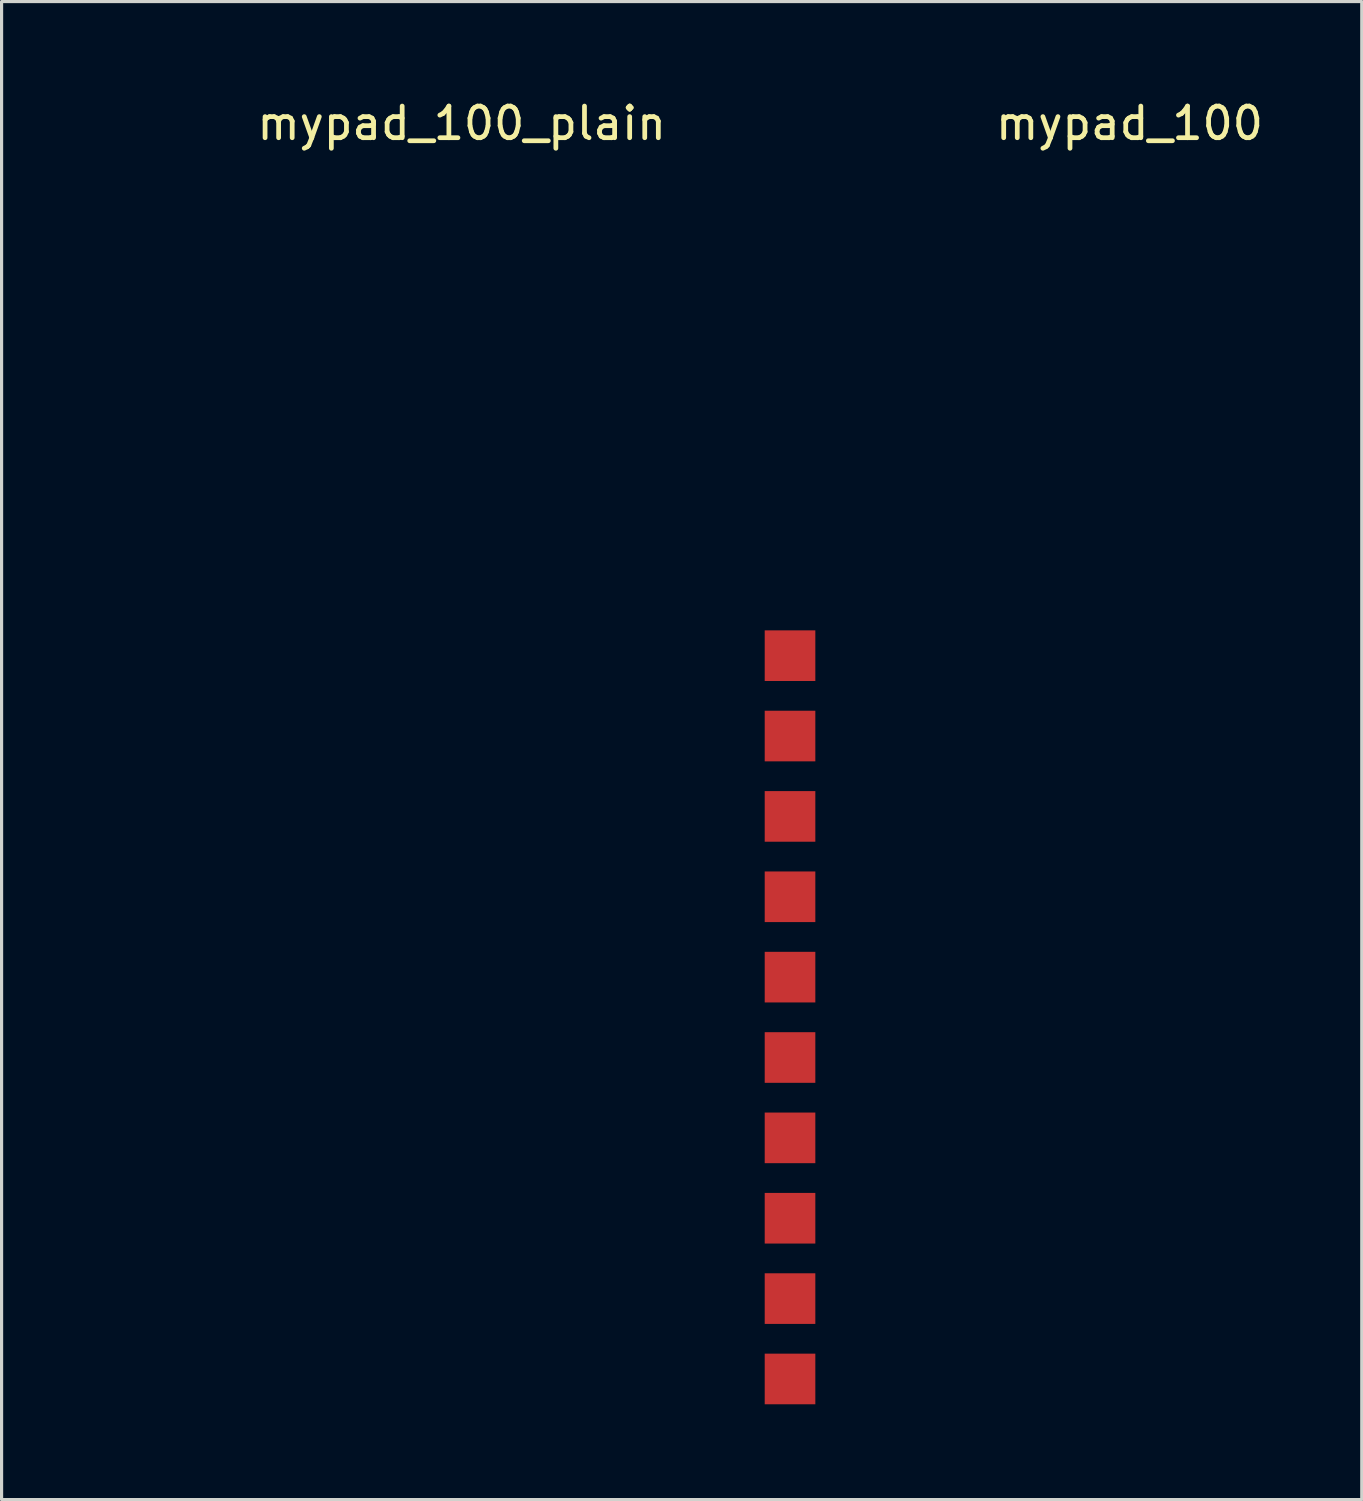
<source format=kicad_pcb>
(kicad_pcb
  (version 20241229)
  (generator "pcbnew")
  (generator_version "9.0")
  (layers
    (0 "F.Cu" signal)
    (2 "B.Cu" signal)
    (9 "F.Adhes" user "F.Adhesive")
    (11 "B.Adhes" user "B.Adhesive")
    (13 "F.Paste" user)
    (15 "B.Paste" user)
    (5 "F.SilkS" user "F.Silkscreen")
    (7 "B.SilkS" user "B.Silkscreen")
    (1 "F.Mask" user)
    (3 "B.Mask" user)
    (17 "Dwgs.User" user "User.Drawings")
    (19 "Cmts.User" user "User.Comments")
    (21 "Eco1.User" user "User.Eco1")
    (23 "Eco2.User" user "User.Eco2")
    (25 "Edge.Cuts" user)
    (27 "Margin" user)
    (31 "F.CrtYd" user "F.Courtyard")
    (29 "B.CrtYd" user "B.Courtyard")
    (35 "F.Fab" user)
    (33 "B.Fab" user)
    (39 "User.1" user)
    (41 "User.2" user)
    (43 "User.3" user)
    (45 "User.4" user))
  (footprint "mypad_100_plain"
    (layer "F.Cu")
    (at 0.812 17.673)
    (property "Reference" "mypad_100_plain" (at 10.73 -16.825 0) (layer "F.SilkS") (effects (font (size 1 1) (thickness 0.15))))
    (attr smd)
    (fp_rect (start -0.762 -0.762) (end 0.762 0.762) (stroke (width 0.1) (type solid)) (fill no) (layer "User.4"))
    (fp_rect (start -0.724 6.896) (end 0.8 8.42) (stroke (width 0.1) (type solid)) (fill no) (layer "User.4"))
    (fp_rect (start -0.724 11.976) (end 0.8 13.5) (stroke (width 0.1) (type solid)) (fill no) (layer "User.4"))
    (fp_rect (start -0.724 14.478) (end 0.8 16.002) (stroke (width 0.1) (type solid)) (fill no) (layer "User.4"))
    (fp_rect (start -0.724 22.098) (end 0.8 23.622) (stroke (width 0.1) (type solid)) (fill no) (layer "User.4"))
    (fp_rect (start -0.724 1.816) (end 0.8 3.34) (stroke (width 0.1) (type solid)) (fill no) (layer "User.4"))
    (fp_rect (start -0.724 4.356) (end 0.8 5.88) (stroke (width 0.1) (type solid)) (fill no) (layer "User.4"))
    (fp_rect (start -0.724 9.436) (end 0.8 10.96) (stroke (width 0.1) (type solid)) (fill no) (layer "User.4"))
    (fp_rect (start -0.724 17.056) (end 0.8 18.58) (stroke (width 0.1) (type solid)) (fill no) (layer "User.4"))
    (fp_rect (start -0.724 19.558) (end 0.8 21.082) (stroke (width 0.1) (type solid)) (fill no) (layer "User.4")))
  (footprint "mypad_100"
    (layer "F.Cu")
    (at 21.919 17.673)
    (property "Reference" "mypad_100" (at 10.73 -16.825 0) (layer "F.SilkS") (effects (font (size 1 1) (thickness 0.15))))
    (attr smd)
    (pad "1" smd rect (at 0 0.000001) (size 1.6 1.6) (layers "F.Cu" "F.Mask" "F.Paste"))
    (pad "2" smd rect (at 0.000001 2.54) (size 1.6 1.6) (layers "F.Cu" "F.Mask" "F.Paste"))
    (pad "3" smd rect (at 0.000001 5.08) (size 1.6 1.6) (layers "F.Cu" "F.Mask" "F.Paste"))
    (pad "4" smd rect (at -0.000002 7.62) (size 1.6 1.6) (layers "F.Cu" "F.Mask" "F.Paste"))
    (pad "5" smd rect (at 0.000001 10.16) (size 1.6 1.6) (layers "F.Cu" "F.Mask" "F.Paste"))
    (pad "6" smd rect (at -0.000001 12.7) (size 1.6 1.6) (layers "F.Cu" "F.Mask" "F.Paste"))
    (pad "7" smd rect (at -0.000001 15.24) (size 1.6 1.6) (layers "F.Cu" "F.Mask" "F.Paste"))
    (pad "8" smd rect (at 0.000001 17.78) (size 1.6 1.6) (layers "F.Cu" "F.Mask" "F.Paste"))
    (pad "9" smd rect (at 0.000001 20.32) (size 1.6 1.6) (layers "F.Cu" "F.Mask" "F.Paste"))
    (pad "10" smd rect (at 0 22.86) (size 1.6 1.6) (layers "F.Cu" "F.Mask" "F.Paste")))
  (gr_rect
    (start -3 -3)
    (end 39.989 44.345)
    (stroke (width 0.1) (type default))
    (fill no)
    (layer "Edge.Cuts")))
</source>
